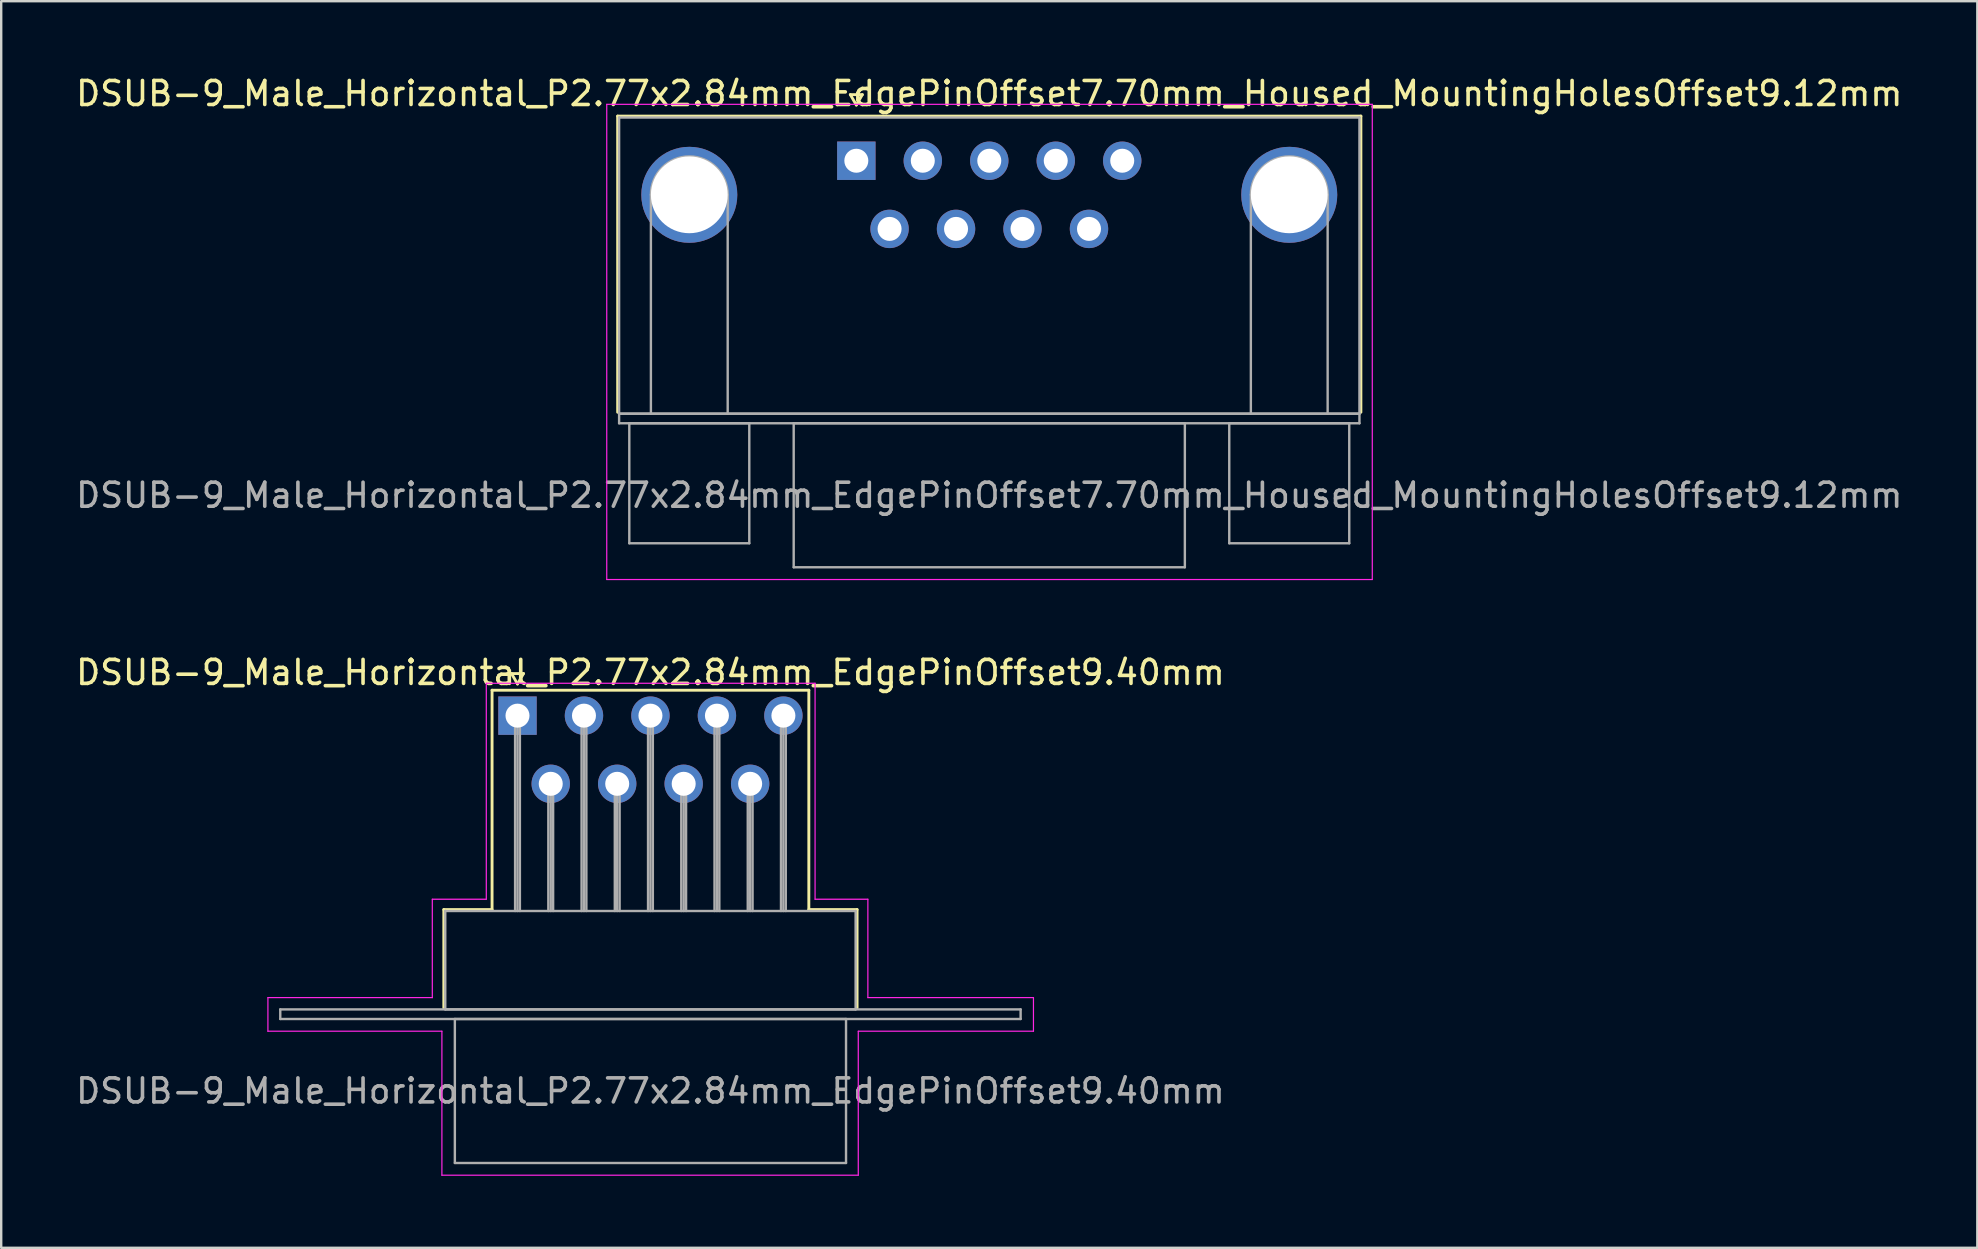
<source format=kicad_pcb>
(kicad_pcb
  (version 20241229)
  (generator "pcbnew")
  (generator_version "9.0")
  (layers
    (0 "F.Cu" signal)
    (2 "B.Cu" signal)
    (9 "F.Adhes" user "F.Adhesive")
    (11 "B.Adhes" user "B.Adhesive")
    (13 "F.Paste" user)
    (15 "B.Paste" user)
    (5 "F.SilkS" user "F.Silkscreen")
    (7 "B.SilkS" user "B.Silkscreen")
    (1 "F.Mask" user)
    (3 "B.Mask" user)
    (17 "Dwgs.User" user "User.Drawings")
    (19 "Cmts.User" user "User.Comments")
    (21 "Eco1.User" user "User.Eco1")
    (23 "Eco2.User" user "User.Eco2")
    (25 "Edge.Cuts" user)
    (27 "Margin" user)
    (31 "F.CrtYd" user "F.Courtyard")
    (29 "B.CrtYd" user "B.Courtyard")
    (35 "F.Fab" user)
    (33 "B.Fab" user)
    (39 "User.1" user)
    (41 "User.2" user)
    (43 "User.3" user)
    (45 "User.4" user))
  (footprint "DSUB-9_Male_Horizontal_P2.77x2.84mm_EdgePinOffset9.40mm"
    (layer "F.Cu")
    (at 18.514 26.771)
    (property "Reference" "DSUB-9_Male_Horizontal_P2.77x2.84mm_EdgePinOffset9.40mm" (at 5.54 -1.8 0) (layer "F.SilkS") (effects (font (size 1 1) (thickness 0.15))))
    (attr through_hole)
    (fp_line (start -3.07 8.08) (end -1.06 8.08) (stroke (width 0.12) (type solid)) (layer "F.SilkS"))
    (fp_line (start -3.07 12.18) (end -3.07 8.08) (stroke (width 0.12) (type solid)) (layer "F.SilkS"))
    (fp_line (start -1.06 -1.06) (end 12.14 -1.06) (stroke (width 0.12) (type solid)) (layer "F.SilkS"))
    (fp_line (start -1.06 8.08) (end -1.06 -1.06) (stroke (width 0.12) (type solid)) (layer "F.SilkS"))
    (fp_line (start -0.25 -1.754) (end 0.25 -1.754) (stroke (width 0.12) (type solid)) (layer "F.SilkS"))
    (fp_line (start 0 -1.321) (end -0.25 -1.754) (stroke (width 0.12) (type solid)) (layer "F.SilkS"))
    (fp_line (start 0.25 -1.754) (end 0 -1.321) (stroke (width 0.12) (type solid)) (layer "F.SilkS"))
    (fp_line (start 12.14 -1.06) (end 12.14 8.08) (stroke (width 0.12) (type solid)) (layer "F.SilkS"))
    (fp_line (start 12.14 8.08) (end 14.15 8.08) (stroke (width 0.12) (type solid)) (layer "F.SilkS"))
    (fp_line (start 14.15 8.08) (end 14.15 12.18) (stroke (width 0.12) (type solid)) (layer "F.SilkS"))
    (fp_line (start -10.4 11.75) (end -3.55 11.75) (stroke (width 0.05) (type solid)) (layer "F.CrtYd"))
    (fp_line (start -10.4 13.15) (end -10.4 11.75) (stroke (width 0.05) (type solid)) (layer "F.CrtYd"))
    (fp_line (start -3.55 7.65) (end -1.3 7.65) (stroke (width 0.05) (type solid)) (layer "F.CrtYd"))
    (fp_line (start -3.55 11.75) (end -3.55 7.65) (stroke (width 0.05) (type solid)) (layer "F.CrtYd"))
    (fp_line (start -3.15 13.15) (end -10.4 13.15) (stroke (width 0.05) (type solid)) (layer "F.CrtYd"))
    (fp_line (start -3.15 19.15) (end -3.15 13.15) (stroke (width 0.05) (type solid)) (layer "F.CrtYd"))
    (fp_line (start -1.3 -1.35) (end 12.4 -1.35) (stroke (width 0.05) (type solid)) (layer "F.CrtYd"))
    (fp_line (start -1.3 7.65) (end -1.3 -1.35) (stroke (width 0.05) (type solid)) (layer "F.CrtYd"))
    (fp_line (start 12.4 -1.35) (end 12.4 7.65) (stroke (width 0.05) (type solid)) (layer "F.CrtYd"))
    (fp_line (start 12.4 7.65) (end 14.6 7.65) (stroke (width 0.05) (type solid)) (layer "F.CrtYd"))
    (fp_line (start 14.2 13.15) (end 14.2 19.15) (stroke (width 0.05) (type solid)) (layer "F.CrtYd"))
    (fp_line (start 14.2 19.15) (end -3.15 19.15) (stroke (width 0.05) (type solid)) (layer "F.CrtYd"))
    (fp_line (start 14.6 7.65) (end 14.6 11.75) (stroke (width 0.05) (type solid)) (layer "F.CrtYd"))
    (fp_line (start 14.6 11.75) (end 21.5 11.75) (stroke (width 0.05) (type solid)) (layer "F.CrtYd"))
    (fp_line (start 21.5 11.75) (end 21.5 13.15) (stroke (width 0.05) (type solid)) (layer "F.CrtYd"))
    (fp_line (start 21.5 13.15) (end 14.2 13.15) (stroke (width 0.05) (type solid)) (layer "F.CrtYd"))
    (fp_line (start -9.885 12.24) (end -9.885 12.64) (stroke (width 0.1) (type solid)) (layer "F.Fab"))
    (fp_line (start -9.885 12.64) (end 20.965 12.64) (stroke (width 0.1) (type solid)) (layer "F.Fab"))
    (fp_line (start -3.01 8.14) (end -3.01 12.24) (stroke (width 0.1) (type solid)) (layer "F.Fab"))
    (fp_line (start -3.01 12.24) (end 14.09 12.24) (stroke (width 0.1) (type solid)) (layer "F.Fab"))
    (fp_line (start -2.61 12.64) (end -2.61 18.64) (stroke (width 0.1) (type solid)) (layer "F.Fab"))
    (fp_line (start -2.61 18.64) (end 13.69 18.64) (stroke (width 0.1) (type solid)) (layer "F.Fab"))
    (fp_line (start -0.1 0) (end -0.1 8.14) (stroke (width 0.1) (type solid)) (layer "F.Fab"))
    (fp_line (start 0 0) (end 0 8.14) (stroke (width 0.1) (type solid)) (layer "F.Fab"))
    (fp_line (start 0.1 0) (end 0.1 8.14) (stroke (width 0.1) (type solid)) (layer "F.Fab"))
    (fp_line (start 1.285 2.84) (end 1.285 8.14) (stroke (width 0.1) (type solid)) (layer "F.Fab"))
    (fp_line (start 1.385 2.84) (end 1.385 8.14) (stroke (width 0.1) (type solid)) (layer "F.Fab"))
    (fp_line (start 1.485 2.84) (end 1.485 8.14) (stroke (width 0.1) (type solid)) (layer "F.Fab"))
    (fp_line (start 2.67 0) (end 2.67 8.14) (stroke (width 0.1) (type solid)) (layer "F.Fab"))
    (fp_line (start 2.77 0) (end 2.77 8.14) (stroke (width 0.1) (type solid)) (layer "F.Fab"))
    (fp_line (start 2.87 0) (end 2.87 8.14) (stroke (width 0.1) (type solid)) (layer "F.Fab"))
    (fp_line (start 4.055 2.84) (end 4.055 8.14) (stroke (width 0.1) (type solid)) (layer "F.Fab"))
    (fp_line (start 4.155 2.84) (end 4.155 8.14) (stroke (width 0.1) (type solid)) (layer "F.Fab"))
    (fp_line (start 4.255 2.84) (end 4.255 8.14) (stroke (width 0.1) (type solid)) (layer "F.Fab"))
    (fp_line (start 5.44 0) (end 5.44 8.14) (stroke (width 0.1) (type solid)) (layer "F.Fab"))
    (fp_line (start 5.54 0) (end 5.54 8.14) (stroke (width 0.1) (type solid)) (layer "F.Fab"))
    (fp_line (start 5.64 0) (end 5.64 8.14) (stroke (width 0.1) (type solid)) (layer "F.Fab"))
    (fp_line (start 6.825 2.84) (end 6.825 8.14) (stroke (width 0.1) (type solid)) (layer "F.Fab"))
    (fp_line (start 6.925 2.84) (end 6.925 8.14) (stroke (width 0.1) (type solid)) (layer "F.Fab"))
    (fp_line (start 7.025 2.84) (end 7.025 8.14) (stroke (width 0.1) (type solid)) (layer "F.Fab"))
    (fp_line (start 8.21 0) (end 8.21 8.14) (stroke (width 0.1) (type solid)) (layer "F.Fab"))
    (fp_line (start 8.31 0) (end 8.31 8.14) (stroke (width 0.1) (type solid)) (layer "F.Fab"))
    (fp_line (start 8.41 0) (end 8.41 8.14) (stroke (width 0.1) (type solid)) (layer "F.Fab"))
    (fp_line (start 9.595 2.84) (end 9.595 8.14) (stroke (width 0.1) (type solid)) (layer "F.Fab"))
    (fp_line (start 9.695 2.84) (end 9.695 8.14) (stroke (width 0.1) (type solid)) (layer "F.Fab"))
    (fp_line (start 9.795 2.84) (end 9.795 8.14) (stroke (width 0.1) (type solid)) (layer "F.Fab"))
    (fp_line (start 10.98 0) (end 10.98 8.14) (stroke (width 0.1) (type solid)) (layer "F.Fab"))
    (fp_line (start 11.08 0) (end 11.08 8.14) (stroke (width 0.1) (type solid)) (layer "F.Fab"))
    (fp_line (start 11.18 0) (end 11.18 8.14) (stroke (width 0.1) (type solid)) (layer "F.Fab"))
    (fp_line (start 13.69 12.64) (end -2.61 12.64) (stroke (width 0.1) (type solid)) (layer "F.Fab"))
    (fp_line (start 13.69 18.64) (end 13.69 12.64) (stroke (width 0.1) (type solid)) (layer "F.Fab"))
    (fp_line (start 14.09 8.14) (end -3.01 8.14) (stroke (width 0.1) (type solid)) (layer "F.Fab"))
    (fp_line (start 14.09 12.24) (end 14.09 8.14) (stroke (width 0.1) (type solid)) (layer "F.Fab"))
    (fp_line (start 20.965 12.24) (end -9.885 12.24) (stroke (width 0.1) (type solid)) (layer "F.Fab"))
    (fp_line (start 20.965 12.64) (end 20.965 12.24) (stroke (width 0.1) (type solid)) (layer "F.Fab"))
    (fp_text user "${REFERENCE}" (at 5.54 15.64 0) (layer "F.Fab") (effects (font (size 1 1) (thickness 0.15))))
    (pad "1" thru_hole rect (at 0 0) (size 1.6 1.6) (drill 1) (layers "*.Cu" "*.Mask"))
    (pad "2" thru_hole circle (at 2.77 0) (size 1.6 1.6) (drill 1) (layers "*.Cu" "*.Mask"))
    (pad "3" thru_hole circle (at 5.54 0) (size 1.6 1.6) (drill 1) (layers "*.Cu" "*.Mask"))
    (pad "4" thru_hole circle (at 8.31 0) (size 1.6 1.6) (drill 1) (layers "*.Cu" "*.Mask"))
    (pad "5" thru_hole circle (at 11.08 0) (size 1.6 1.6) (drill 1) (layers "*.Cu" "*.Mask"))
    (pad "6" thru_hole circle (at 1.385 2.84) (size 1.6 1.6) (drill 1) (layers "*.Cu" "*.Mask"))
    (pad "7" thru_hole circle (at 4.155 2.84) (size 1.6 1.6) (drill 1) (layers "*.Cu" "*.Mask"))
    (pad "8" thru_hole circle (at 6.925 2.84) (size 1.6 1.6) (drill 1) (layers "*.Cu" "*.Mask"))
    (pad "9" thru_hole circle (at 9.695 2.84) (size 1.6 1.6) (drill 1) (layers "*.Cu" "*.Mask")))
  (footprint "DSUB-9_Male_Horizontal_P2.77x2.84mm_EdgePinOffset7.70mm_Housed_MountingHolesOffset9.12mm"
    (layer "F.Cu")
    (at 32.633 3.648)
    (property "Reference" "DSUB-9_Male_Horizontal_P2.77x2.84mm_EdgePinOffset7.70mm_Housed_MountingHolesOffset9.12mm" (at 5.54 -2.8 0) (layer "F.SilkS") (effects (font (size 1 1) (thickness 0.15))))
    (attr through_hole)
    (fp_line (start -9.945 -1.86) (end 21.025 -1.86) (stroke (width 0.12) (type solid)) (layer "F.SilkS"))
    (fp_line (start -9.945 10.48) (end -9.945 -1.86) (stroke (width 0.12) (type solid)) (layer "F.SilkS"))
    (fp_line (start -0.25 -2.754) (end 0.25 -2.754) (stroke (width 0.12) (type solid)) (layer "F.SilkS"))
    (fp_line (start 0 -2.321) (end -0.25 -2.754) (stroke (width 0.12) (type solid)) (layer "F.SilkS"))
    (fp_line (start 0.25 -2.754) (end 0 -2.321) (stroke (width 0.12) (type solid)) (layer "F.SilkS"))
    (fp_line (start 21.025 -1.86) (end 21.025 10.48) (stroke (width 0.12) (type solid)) (layer "F.SilkS"))
    (fp_line (start -10.4 -2.35) (end -10.4 17.45) (stroke (width 0.05) (type solid)) (layer "F.CrtYd"))
    (fp_line (start -10.4 17.45) (end 21.5 17.45) (stroke (width 0.05) (type solid)) (layer "F.CrtYd"))
    (fp_line (start 21.5 -2.35) (end -10.4 -2.35) (stroke (width 0.05) (type solid)) (layer "F.CrtYd"))
    (fp_line (start 21.5 17.45) (end 21.5 -2.35) (stroke (width 0.05) (type solid)) (layer "F.CrtYd"))
    (fp_line (start -9.885 -1.8) (end -9.885 10.54) (stroke (width 0.1) (type solid)) (layer "F.Fab"))
    (fp_line (start -9.885 10.54) (end -9.885 10.94) (stroke (width 0.1) (type solid)) (layer "F.Fab"))
    (fp_line (start -9.885 10.54) (end 20.965 10.54) (stroke (width 0.1) (type solid)) (layer "F.Fab"))
    (fp_line (start -9.885 10.94) (end 20.965 10.94) (stroke (width 0.1) (type solid)) (layer "F.Fab"))
    (fp_line (start -9.46 10.94) (end -9.46 15.94) (stroke (width 0.1) (type solid)) (layer "F.Fab"))
    (fp_line (start -9.46 15.94) (end -4.46 15.94) (stroke (width 0.1) (type solid)) (layer "F.Fab"))
    (fp_line (start -8.56 10.54) (end -8.56 1.42) (stroke (width 0.1) (type solid)) (layer "F.Fab"))
    (fp_line (start -5.36 10.54) (end -5.36 1.42) (stroke (width 0.1) (type solid)) (layer "F.Fab"))
    (fp_line (start -4.46 10.94) (end -9.46 10.94) (stroke (width 0.1) (type solid)) (layer "F.Fab"))
    (fp_line (start -4.46 15.94) (end -4.46 10.94) (stroke (width 0.1) (type solid)) (layer "F.Fab"))
    (fp_line (start -2.61 10.94) (end -2.61 16.94) (stroke (width 0.1) (type solid)) (layer "F.Fab"))
    (fp_line (start -2.61 16.94) (end 13.69 16.94) (stroke (width 0.1) (type solid)) (layer "F.Fab"))
    (fp_line (start 13.69 10.94) (end -2.61 10.94) (stroke (width 0.1) (type solid)) (layer "F.Fab"))
    (fp_line (start 13.69 16.94) (end 13.69 10.94) (stroke (width 0.1) (type solid)) (layer "F.Fab"))
    (fp_line (start 15.54 10.94) (end 15.54 15.94) (stroke (width 0.1) (type solid)) (layer "F.Fab"))
    (fp_line (start 15.54 15.94) (end 20.54 15.94) (stroke (width 0.1) (type solid)) (layer "F.Fab"))
    (fp_line (start 16.44 10.54) (end 16.44 1.42) (stroke (width 0.1) (type solid)) (layer "F.Fab"))
    (fp_line (start 19.64 10.54) (end 19.64 1.42) (stroke (width 0.1) (type solid)) (layer "F.Fab"))
    (fp_line (start 20.54 10.94) (end 15.54 10.94) (stroke (width 0.1) (type solid)) (layer "F.Fab"))
    (fp_line (start 20.54 15.94) (end 20.54 10.94) (stroke (width 0.1) (type solid)) (layer "F.Fab"))
    (fp_line (start 20.965 -1.8) (end -9.885 -1.8) (stroke (width 0.1) (type solid)) (layer "F.Fab"))
    (fp_line (start 20.965 10.54) (end -9.885 10.54) (stroke (width 0.1) (type solid)) (layer "F.Fab"))
    (fp_line (start 20.965 10.54) (end 20.965 -1.8) (stroke (width 0.1) (type solid)) (layer "F.Fab"))
    (fp_line (start 20.965 10.94) (end 20.965 10.54) (stroke (width 0.1) (type solid)) (layer "F.Fab"))
    (fp_arc (start -8.56 1.42) (mid -6.96 -0.18) (end -5.36 1.42) (stroke (width 0.1) (type solid)) (layer "F.Fab"))
    (fp_arc (start 16.44 1.42) (mid 18.04 -0.18) (end 19.64 1.42) (stroke (width 0.1) (type solid)) (layer "F.Fab"))
    (fp_text user "${REFERENCE}" (at 5.54 13.94 0) (layer "F.Fab") (effects (font (size 1 1) (thickness 0.15))))
    (pad "0" thru_hole circle (at -6.96 1.42) (size 4 4) (drill 3.2) (layers "*.Cu" "*.Mask"))
    (pad "0" thru_hole circle (at 18.04 1.42) (size 4 4) (drill 3.2) (layers "*.Cu" "*.Mask"))
    (pad "1" thru_hole rect (at 0 0) (size 1.6 1.6) (drill 1) (layers "*.Cu" "*.Mask"))
    (pad "2" thru_hole circle (at 2.77 0) (size 1.6 1.6) (drill 1) (layers "*.Cu" "*.Mask"))
    (pad "3" thru_hole circle (at 5.54 0) (size 1.6 1.6) (drill 1) (layers "*.Cu" "*.Mask"))
    (pad "4" thru_hole circle (at 8.31 0) (size 1.6 1.6) (drill 1) (layers "*.Cu" "*.Mask"))
    (pad "5" thru_hole circle (at 11.08 0) (size 1.6 1.6) (drill 1) (layers "*.Cu" "*.Mask"))
    (pad "6" thru_hole circle (at 1.385 2.84) (size 1.6 1.6) (drill 1) (layers "*.Cu" "*.Mask"))
    (pad "7" thru_hole circle (at 4.155 2.84) (size 1.6 1.6) (drill 1) (layers "*.Cu" "*.Mask"))
    (pad "8" thru_hole circle (at 6.925 2.84) (size 1.6 1.6) (drill 1) (layers "*.Cu" "*.Mask"))
    (pad "9" thru_hole circle (at 9.695 2.84) (size 1.6 1.6) (drill 1) (layers "*.Cu" "*.Mask")))
  (gr_rect
    (start -3 -3)
    (end 79.345 48.947)
    (stroke (width 0.1) (type default))
    (fill no)
    (layer "Edge.Cuts")))
</source>
